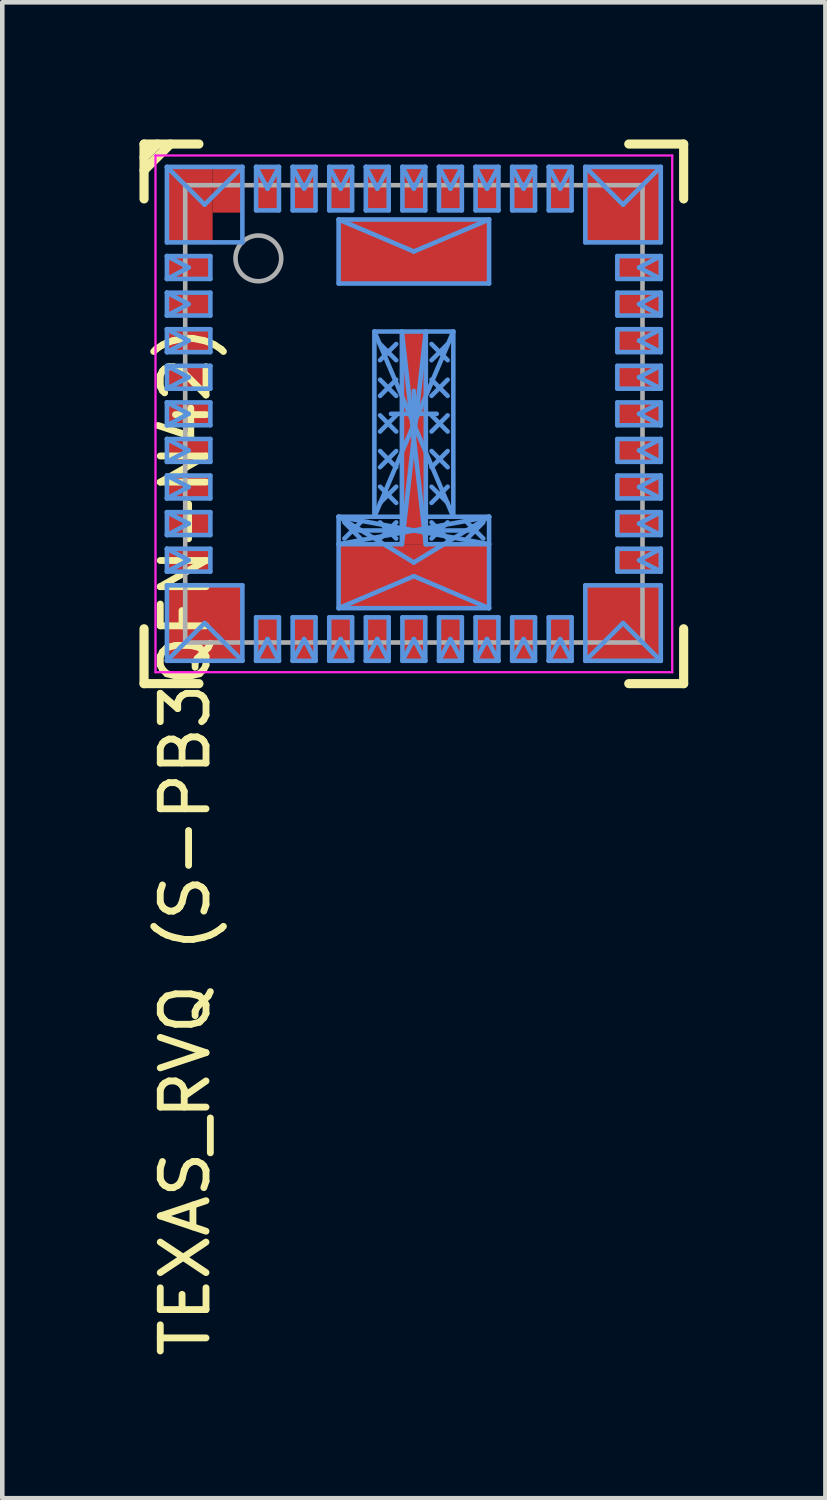
<source format=kicad_pcb>
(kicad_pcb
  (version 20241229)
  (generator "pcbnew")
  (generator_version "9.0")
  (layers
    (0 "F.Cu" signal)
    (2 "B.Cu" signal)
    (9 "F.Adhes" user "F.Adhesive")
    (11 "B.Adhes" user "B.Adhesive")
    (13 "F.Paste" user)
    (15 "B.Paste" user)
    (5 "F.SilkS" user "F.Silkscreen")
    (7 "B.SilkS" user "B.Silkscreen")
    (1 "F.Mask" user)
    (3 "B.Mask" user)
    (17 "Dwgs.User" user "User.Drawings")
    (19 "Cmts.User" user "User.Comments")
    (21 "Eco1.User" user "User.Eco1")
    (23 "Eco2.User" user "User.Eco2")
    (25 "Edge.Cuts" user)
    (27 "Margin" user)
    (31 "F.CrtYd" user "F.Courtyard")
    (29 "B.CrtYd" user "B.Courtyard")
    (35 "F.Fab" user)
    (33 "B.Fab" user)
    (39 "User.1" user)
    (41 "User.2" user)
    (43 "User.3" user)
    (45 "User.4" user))
  (footprint "TEXAS_RVQ (S-PB3QFN-N42)"
    (layer "F.Cu")
    (at 6 6)
    (property "Reference" "TEXAS_RVQ (S-PB3QFN-N42)" (at -5 9.35 270) (layer "F.SilkS") (effects (font (size 1 1) (thickness 0.15))))
    (attr smd)
    (fp_line (start -5.9 -5.9) (end -4.7 -5.9) (stroke (width 0.2) (type solid)) (layer "F.SilkS"))
    (fp_line (start -5.9 -5.607) (end -5.607 -5.9) (stroke (width 0.2) (type solid)) (layer "F.SilkS"))
    (fp_line (start -5.9 -5.324) (end -5.324 -5.9) (stroke (width 0.2) (type solid)) (layer "F.SilkS"))
    (fp_line (start -5.9 -4.7) (end -5.9 -5.9) (stroke (width 0.2) (type solid)) (layer "F.SilkS"))
    (fp_line (start -5.9 5.9) (end -5.9 4.7) (stroke (width 0.2) (type solid)) (layer "F.SilkS"))
    (fp_line (start -5.9 5.9) (end -4.7 5.9) (stroke (width 0.2) (type solid)) (layer "F.SilkS"))
    (fp_line (start 4.7 -5.9) (end 5.9 -5.9) (stroke (width 0.2) (type solid)) (layer "F.SilkS"))
    (fp_line (start 4.7 5.9) (end 5.9 5.9) (stroke (width 0.2) (type solid)) (layer "F.SilkS"))
    (fp_line (start 5.9 -4.7) (end 5.9 -5.9) (stroke (width 0.2) (type solid)) (layer "F.SilkS"))
    (fp_line (start 5.9 5.9) (end 5.9 4.7) (stroke (width 0.2) (type solid)) (layer "F.SilkS"))
    (fp_line (start -5.4 -5.4) (end -4.575 -4.575) (stroke (width 0.1) (type solid)) (layer "Cmts.User"))
    (fp_line (start -5.4 -5.4) (end -3.75 -5.4) (stroke (width 0.1) (type solid)) (layer "Cmts.User"))
    (fp_line (start -5.4 -3.75) (end -5.4 -5.4) (stroke (width 0.1) (type solid)) (layer "Cmts.User"))
    (fp_line (start -5.4 -3.75) (end -3.75 -3.75) (stroke (width 0.1) (type solid)) (layer "Cmts.User"))
    (fp_line (start -5.4 -3.45) (end -4.925 -3.2) (stroke (width 0.1) (type solid)) (layer "Cmts.User"))
    (fp_line (start -5.4 -3.45) (end -4.45 -3.45) (stroke (width 0.1) (type solid)) (layer "Cmts.User"))
    (fp_line (start -5.4 -2.95) (end -5.4 -3.45) (stroke (width 0.1) (type solid)) (layer "Cmts.User"))
    (fp_line (start -5.4 -2.95) (end -4.925 -3.2) (stroke (width 0.1) (type solid)) (layer "Cmts.User"))
    (fp_line (start -5.4 -2.95) (end -4.45 -2.95) (stroke (width 0.1) (type solid)) (layer "Cmts.User"))
    (fp_line (start -5.4 -2.65) (end -4.925 -2.4) (stroke (width 0.1) (type solid)) (layer "Cmts.User"))
    (fp_line (start -5.4 -2.65) (end -4.45 -2.65) (stroke (width 0.1) (type solid)) (layer "Cmts.User"))
    (fp_line (start -5.4 -2.15) (end -5.4 -2.65) (stroke (width 0.1) (type solid)) (layer "Cmts.User"))
    (fp_line (start -5.4 -2.15) (end -4.925 -2.4) (stroke (width 0.1) (type solid)) (layer "Cmts.User"))
    (fp_line (start -5.4 -2.15) (end -4.45 -2.15) (stroke (width 0.1) (type solid)) (layer "Cmts.User"))
    (fp_line (start -5.4 -1.85) (end -4.925 -1.6) (stroke (width 0.1) (type solid)) (layer "Cmts.User"))
    (fp_line (start -5.4 -1.85) (end -4.45 -1.85) (stroke (width 0.1) (type solid)) (layer "Cmts.User"))
    (fp_line (start -5.4 -1.35) (end -5.4 -1.85) (stroke (width 0.1) (type solid)) (layer "Cmts.User"))
    (fp_line (start -5.4 -1.35) (end -4.925 -1.6) (stroke (width 0.1) (type solid)) (layer "Cmts.User"))
    (fp_line (start -5.4 -1.35) (end -4.45 -1.35) (stroke (width 0.1) (type solid)) (layer "Cmts.User"))
    (fp_line (start -5.4 -1.05) (end -4.925 -0.8) (stroke (width 0.1) (type solid)) (layer "Cmts.User"))
    (fp_line (start -5.4 -1.05) (end -4.45 -1.05) (stroke (width 0.1) (type solid)) (layer "Cmts.User"))
    (fp_line (start -5.4 -0.55) (end -5.4 -1.05) (stroke (width 0.1) (type solid)) (layer "Cmts.User"))
    (fp_line (start -5.4 -0.55) (end -4.925 -0.8) (stroke (width 0.1) (type solid)) (layer "Cmts.User"))
    (fp_line (start -5.4 -0.55) (end -4.45 -0.55) (stroke (width 0.1) (type solid)) (layer "Cmts.User"))
    (fp_line (start -5.4 -0.25) (end -4.925 0) (stroke (width 0.1) (type solid)) (layer "Cmts.User"))
    (fp_line (start -5.4 -0.25) (end -4.45 -0.25) (stroke (width 0.1) (type solid)) (layer "Cmts.User"))
    (fp_line (start -5.4 0.25) (end -5.4 -0.25) (stroke (width 0.1) (type solid)) (layer "Cmts.User"))
    (fp_line (start -5.4 0.25) (end -4.925 0) (stroke (width 0.1) (type solid)) (layer "Cmts.User"))
    (fp_line (start -5.4 0.25) (end -4.45 0.25) (stroke (width 0.1) (type solid)) (layer "Cmts.User"))
    (fp_line (start -5.4 0.55) (end -4.925 0.8) (stroke (width 0.1) (type solid)) (layer "Cmts.User"))
    (fp_line (start -5.4 0.55) (end -4.45 0.55) (stroke (width 0.1) (type solid)) (layer "Cmts.User"))
    (fp_line (start -5.4 1.05) (end -5.4 0.55) (stroke (width 0.1) (type solid)) (layer "Cmts.User"))
    (fp_line (start -5.4 1.05) (end -4.925 0.8) (stroke (width 0.1) (type solid)) (layer "Cmts.User"))
    (fp_line (start -5.4 1.05) (end -4.45 1.05) (stroke (width 0.1) (type solid)) (layer "Cmts.User"))
    (fp_line (start -5.4 1.35) (end -4.925 1.6) (stroke (width 0.1) (type solid)) (layer "Cmts.User"))
    (fp_line (start -5.4 1.35) (end -4.45 1.35) (stroke (width 0.1) (type solid)) (layer "Cmts.User"))
    (fp_line (start -5.4 1.85) (end -5.4 1.35) (stroke (width 0.1) (type solid)) (layer "Cmts.User"))
    (fp_line (start -5.4 1.85) (end -4.925 1.6) (stroke (width 0.1) (type solid)) (layer "Cmts.User"))
    (fp_line (start -5.4 1.85) (end -4.45 1.85) (stroke (width 0.1) (type solid)) (layer "Cmts.User"))
    (fp_line (start -5.4 2.15) (end -4.925 2.4) (stroke (width 0.1) (type solid)) (layer "Cmts.User"))
    (fp_line (start -5.4 2.15) (end -4.45 2.15) (stroke (width 0.1) (type solid)) (layer "Cmts.User"))
    (fp_line (start -5.4 2.65) (end -5.4 2.15) (stroke (width 0.1) (type solid)) (layer "Cmts.User"))
    (fp_line (start -5.4 2.65) (end -4.925 2.4) (stroke (width 0.1) (type solid)) (layer "Cmts.User"))
    (fp_line (start -5.4 2.65) (end -4.45 2.65) (stroke (width 0.1) (type solid)) (layer "Cmts.User"))
    (fp_line (start -5.4 2.95) (end -4.925 3.2) (stroke (width 0.1) (type solid)) (layer "Cmts.User"))
    (fp_line (start -5.4 2.95) (end -4.45 2.95) (stroke (width 0.1) (type solid)) (layer "Cmts.User"))
    (fp_line (start -5.4 3.45) (end -5.4 2.95) (stroke (width 0.1) (type solid)) (layer "Cmts.User"))
    (fp_line (start -5.4 3.45) (end -4.925 3.2) (stroke (width 0.1) (type solid)) (layer "Cmts.User"))
    (fp_line (start -5.4 3.45) (end -4.45 3.45) (stroke (width 0.1) (type solid)) (layer "Cmts.User"))
    (fp_line (start -5.4 3.75) (end -3.75 3.75) (stroke (width 0.1) (type solid)) (layer "Cmts.User"))
    (fp_line (start -5.4 5.4) (end -5.4 3.75) (stroke (width 0.1) (type solid)) (layer "Cmts.User"))
    (fp_line (start -5.4 5.4) (end -4.575 4.575) (stroke (width 0.1) (type solid)) (layer "Cmts.User"))
    (fp_line (start -5.4 5.4) (end -3.75 5.4) (stroke (width 0.1) (type solid)) (layer "Cmts.User"))
    (fp_line (start -4.575 -4.575) (end -3.75 -5.4) (stroke (width 0.1) (type solid)) (layer "Cmts.User"))
    (fp_line (start -4.575 4.575) (end -3.75 5.4) (stroke (width 0.1) (type solid)) (layer "Cmts.User"))
    (fp_line (start -4.45 -2.95) (end -4.45 -3.45) (stroke (width 0.1) (type solid)) (layer "Cmts.User"))
    (fp_line (start -4.45 -2.15) (end -4.45 -2.65) (stroke (width 0.1) (type solid)) (layer "Cmts.User"))
    (fp_line (start -4.45 -1.35) (end -4.45 -1.85) (stroke (width 0.1) (type solid)) (layer "Cmts.User"))
    (fp_line (start -4.45 -0.55) (end -4.45 -1.05) (stroke (width 0.1) (type solid)) (layer "Cmts.User"))
    (fp_line (start -4.45 0.25) (end -4.45 -0.25) (stroke (width 0.1) (type solid)) (layer "Cmts.User"))
    (fp_line (start -4.45 1.05) (end -4.45 0.55) (stroke (width 0.1) (type solid)) (layer "Cmts.User"))
    (fp_line (start -4.45 1.85) (end -4.45 1.35) (stroke (width 0.1) (type solid)) (layer "Cmts.User"))
    (fp_line (start -4.45 2.65) (end -4.45 2.15) (stroke (width 0.1) (type solid)) (layer "Cmts.User"))
    (fp_line (start -4.45 3.45) (end -4.45 2.95) (stroke (width 0.1) (type solid)) (layer "Cmts.User"))
    (fp_line (start -3.75 -3.75) (end -3.75 -5.4) (stroke (width 0.1) (type solid)) (layer "Cmts.User"))
    (fp_line (start -3.75 5.4) (end -3.75 3.75) (stroke (width 0.1) (type solid)) (layer "Cmts.User"))
    (fp_line (start -3.45 -5.4) (end -3.2 -4.925) (stroke (width 0.1) (type solid)) (layer "Cmts.User"))
    (fp_line (start -3.45 -5.4) (end -2.95 -5.4) (stroke (width 0.1) (type solid)) (layer "Cmts.User"))
    (fp_line (start -3.45 -4.45) (end -3.45 -5.4) (stroke (width 0.1) (type solid)) (layer "Cmts.User"))
    (fp_line (start -3.45 -4.45) (end -2.95 -4.45) (stroke (width 0.1) (type solid)) (layer "Cmts.User"))
    (fp_line (start -3.45 4.45) (end -2.95 4.45) (stroke (width 0.1) (type solid)) (layer "Cmts.User"))
    (fp_line (start -3.45 5.4) (end -3.45 4.45) (stroke (width 0.1) (type solid)) (layer "Cmts.User"))
    (fp_line (start -3.45 5.4) (end -3.2 4.925) (stroke (width 0.1) (type solid)) (layer "Cmts.User"))
    (fp_line (start -3.45 5.4) (end -2.95 5.4) (stroke (width 0.1) (type solid)) (layer "Cmts.User"))
    (fp_line (start -3.2 -4.925) (end -2.95 -5.4) (stroke (width 0.1) (type solid)) (layer "Cmts.User"))
    (fp_line (start -3.2 4.925) (end -2.95 5.4) (stroke (width 0.1) (type solid)) (layer "Cmts.User"))
    (fp_line (start -2.95 -4.45) (end -2.95 -5.4) (stroke (width 0.1) (type solid)) (layer "Cmts.User"))
    (fp_line (start -2.95 5.4) (end -2.95 4.45) (stroke (width 0.1) (type solid)) (layer "Cmts.User"))
    (fp_line (start -2.65 -5.4) (end -2.4 -4.925) (stroke (width 0.1) (type solid)) (layer "Cmts.User"))
    (fp_line (start -2.65 -5.4) (end -2.15 -5.4) (stroke (width 0.1) (type solid)) (layer "Cmts.User"))
    (fp_line (start -2.65 -4.45) (end -2.65 -5.4) (stroke (width 0.1) (type solid)) (layer "Cmts.User"))
    (fp_line (start -2.65 -4.45) (end -2.15 -4.45) (stroke (width 0.1) (type solid)) (layer "Cmts.User"))
    (fp_line (start -2.65 4.45) (end -2.15 4.45) (stroke (width 0.1) (type solid)) (layer "Cmts.User"))
    (fp_line (start -2.65 5.4) (end -2.65 4.45) (stroke (width 0.1) (type solid)) (layer "Cmts.User"))
    (fp_line (start -2.65 5.4) (end -2.4 4.925) (stroke (width 0.1) (type solid)) (layer "Cmts.User"))
    (fp_line (start -2.65 5.4) (end -2.15 5.4) (stroke (width 0.1) (type solid)) (layer "Cmts.User"))
    (fp_line (start -2.4 -4.925) (end -2.15 -5.4) (stroke (width 0.1) (type solid)) (layer "Cmts.User"))
    (fp_line (start -2.4 4.925) (end -2.15 5.4) (stroke (width 0.1) (type solid)) (layer "Cmts.User"))
    (fp_line (start -2.15 -4.45) (end -2.15 -5.4) (stroke (width 0.1) (type solid)) (layer "Cmts.User"))
    (fp_line (start -2.15 5.4) (end -2.15 4.45) (stroke (width 0.1) (type solid)) (layer "Cmts.User"))
    (fp_line (start -1.85 -5.4) (end -1.6 -4.925) (stroke (width 0.1) (type solid)) (layer "Cmts.User"))
    (fp_line (start -1.85 -5.4) (end -1.35 -5.4) (stroke (width 0.1) (type solid)) (layer "Cmts.User"))
    (fp_line (start -1.85 -4.45) (end -1.85 -5.4) (stroke (width 0.1) (type solid)) (layer "Cmts.User"))
    (fp_line (start -1.85 -4.45) (end -1.35 -4.45) (stroke (width 0.1) (type solid)) (layer "Cmts.User"))
    (fp_line (start -1.85 4.45) (end -1.35 4.45) (stroke (width 0.1) (type solid)) (layer "Cmts.User"))
    (fp_line (start -1.85 5.4) (end -1.85 4.45) (stroke (width 0.1) (type solid)) (layer "Cmts.User"))
    (fp_line (start -1.85 5.4) (end -1.6 4.925) (stroke (width 0.1) (type solid)) (layer "Cmts.User"))
    (fp_line (start -1.85 5.4) (end -1.35 5.4) (stroke (width 0.1) (type solid)) (layer "Cmts.User"))
    (fp_line (start -1.645 -4.25) (end 0 -3.55) (stroke (width 0.1) (type solid)) (layer "Cmts.User"))
    (fp_line (start -1.645 -4.25) (end 1.645 -4.25) (stroke (width 0.1) (type solid)) (layer "Cmts.User"))
    (fp_line (start -1.645 -2.85) (end -1.645 -4.25) (stroke (width 0.1) (type solid)) (layer "Cmts.User"))
    (fp_line (start -1.645 -2.85) (end 1.645 -2.85) (stroke (width 0.1) (type solid)) (layer "Cmts.User"))
    (fp_line (start -1.645 2.25) (end -0.863 2.25) (stroke (width 0.1) (type solid)) (layer "Cmts.User"))
    (fp_line (start -1.645 2.25) (end 0 2.55) (stroke (width 0.1) (type solid)) (layer "Cmts.User"))
    (fp_line (start -1.645 2.25) (end 0 3.25) (stroke (width 0.1) (type solid)) (layer "Cmts.User"))
    (fp_line (start -1.645 2.85) (end -0.262 2.85) (stroke (width 0.1) (type solid)) (layer "Cmts.User"))
    (fp_line (start -1.645 2.85) (end 0 2.55) (stroke (width 0.1) (type solid)) (layer "Cmts.User"))
    (fp_line (start -1.645 4.25) (end -1.645 2.25) (stroke (width 0.1) (type solid)) (layer "Cmts.User"))
    (fp_line (start -1.645 4.25) (end 0 3.55) (stroke (width 0.1) (type solid)) (layer "Cmts.User"))
    (fp_line (start -1.645 4.25) (end 1.645 4.25) (stroke (width 0.1) (type solid)) (layer "Cmts.User"))
    (fp_line (start -1.6 -4.925) (end -1.35 -5.4) (stroke (width 0.1) (type solid)) (layer "Cmts.User"))
    (fp_line (start -1.6 4.925) (end -1.35 5.4) (stroke (width 0.1) (type solid)) (layer "Cmts.User"))
    (fp_line (start -1.519 2.373) (end -1.342 2.55) (stroke (width 0.1) (type solid)) (layer "Cmts.User"))
    (fp_line (start -1.519 2.727) (end -1.342 2.55) (stroke (width 0.1) (type solid)) (layer "Cmts.User"))
    (fp_line (start -1.35 -4.45) (end -1.35 -5.4) (stroke (width 0.1) (type solid)) (layer "Cmts.User"))
    (fp_line (start -1.35 5.4) (end -1.35 4.45) (stroke (width 0.1) (type solid)) (layer "Cmts.User"))
    (fp_line (start -1.342 2.55) (end -1.166 2.373) (stroke (width 0.1) (type solid)) (layer "Cmts.User"))
    (fp_line (start -1.342 2.55) (end -1.166 2.727) (stroke (width 0.1) (type solid)) (layer "Cmts.User"))
    (fp_line (start -1.342 2.55) (end 1.342 2.55) (stroke (width 0.1) (type solid)) (layer "Cmts.User"))
    (fp_line (start -1.05 -5.4) (end -0.8 -4.925) (stroke (width 0.1) (type solid)) (layer "Cmts.User"))
    (fp_line (start -1.05 -5.4) (end -0.55 -5.4) (stroke (width 0.1) (type solid)) (layer "Cmts.User"))
    (fp_line (start -1.05 -4.45) (end -1.05 -5.4) (stroke (width 0.1) (type solid)) (layer "Cmts.User"))
    (fp_line (start -1.05 -4.45) (end -0.55 -4.45) (stroke (width 0.1) (type solid)) (layer "Cmts.User"))
    (fp_line (start -1.05 4.45) (end -0.55 4.45) (stroke (width 0.1) (type solid)) (layer "Cmts.User"))
    (fp_line (start -1.05 5.4) (end -1.05 4.45) (stroke (width 0.1) (type solid)) (layer "Cmts.User"))
    (fp_line (start -1.05 5.4) (end -0.8 4.925) (stroke (width 0.1) (type solid)) (layer "Cmts.User"))
    (fp_line (start -1.05 5.4) (end -0.55 5.4) (stroke (width 0.1) (type solid)) (layer "Cmts.User"))
    (fp_line (start -0.863 -1.8) (end 0 0.225) (stroke (width 0.1) (type solid)) (layer "Cmts.User"))
    (fp_line (start -0.863 -1.8) (end 0.863 -1.8) (stroke (width 0.1) (type solid)) (layer "Cmts.User"))
    (fp_line (start -0.863 2.25) (end -0.863 -1.8) (stroke (width 0.1) (type solid)) (layer "Cmts.User"))
    (fp_line (start -0.863 2.25) (end -0.262 2.25) (stroke (width 0.1) (type solid)) (layer "Cmts.User"))
    (fp_line (start -0.863 2.25) (end 0 0.225) (stroke (width 0.1) (type solid)) (layer "Cmts.User"))
    (fp_line (start -0.8 -4.925) (end -0.55 -5.4) (stroke (width 0.1) (type solid)) (layer "Cmts.User"))
    (fp_line (start -0.8 4.925) (end -0.55 5.4) (stroke (width 0.1) (type solid)) (layer "Cmts.User"))
    (fp_line (start -0.739 -1.527) (end -0.563 -1.35) (stroke (width 0.1) (type solid)) (layer "Cmts.User"))
    (fp_line (start -0.739 -1.173) (end -0.563 -1.35) (stroke (width 0.1) (type solid)) (layer "Cmts.User"))
    (fp_line (start -0.739 -0.747) (end -0.563 -0.57) (stroke (width 0.1) (type solid)) (layer "Cmts.User"))
    (fp_line (start -0.739 -0.393) (end -0.563 -0.57) (stroke (width 0.1) (type solid)) (layer "Cmts.User"))
    (fp_line (start -0.739 0.033) (end -0.563 0.21) (stroke (width 0.1) (type solid)) (layer "Cmts.User"))
    (fp_line (start -0.739 0.387) (end -0.563 0.21) (stroke (width 0.1) (type solid)) (layer "Cmts.User"))
    (fp_line (start -0.739 0.813) (end -0.563 0.99) (stroke (width 0.1) (type solid)) (layer "Cmts.User"))
    (fp_line (start -0.739 1.167) (end -0.563 0.99) (stroke (width 0.1) (type solid)) (layer "Cmts.User"))
    (fp_line (start -0.739 1.593) (end -0.563 1.77) (stroke (width 0.1) (type solid)) (layer "Cmts.User"))
    (fp_line (start -0.739 1.947) (end -0.563 1.77) (stroke (width 0.1) (type solid)) (layer "Cmts.User"))
    (fp_line (start -0.739 2.373) (end -0.563 2.55) (stroke (width 0.1) (type solid)) (layer "Cmts.User"))
    (fp_line (start -0.739 2.727) (end -0.563 2.55) (stroke (width 0.1) (type solid)) (layer "Cmts.User"))
    (fp_line (start -0.563 -1.35) (end -0.386 -1.527) (stroke (width 0.1) (type solid)) (layer "Cmts.User"))
    (fp_line (start -0.563 -1.35) (end -0.386 -1.173) (stroke (width 0.1) (type solid)) (layer "Cmts.User"))
    (fp_line (start -0.563 -0.57) (end -0.386 -0.747) (stroke (width 0.1) (type solid)) (layer "Cmts.User"))
    (fp_line (start -0.563 -0.57) (end -0.386 -0.393) (stroke (width 0.1) (type solid)) (layer "Cmts.User"))
    (fp_line (start -0.563 0.21) (end -0.386 0.033) (stroke (width 0.1) (type solid)) (layer "Cmts.User"))
    (fp_line (start -0.563 0.21) (end -0.386 0.387) (stroke (width 0.1) (type solid)) (layer "Cmts.User"))
    (fp_line (start -0.563 0.99) (end -0.386 0.813) (stroke (width 0.1) (type solid)) (layer "Cmts.User"))
    (fp_line (start -0.563 0.99) (end -0.386 1.167) (stroke (width 0.1) (type solid)) (layer "Cmts.User"))
    (fp_line (start -0.563 1.77) (end -0.386 1.593) (stroke (width 0.1) (type solid)) (layer "Cmts.User"))
    (fp_line (start -0.563 1.77) (end -0.386 1.947) (stroke (width 0.1) (type solid)) (layer "Cmts.User"))
    (fp_line (start -0.563 2.55) (end -0.386 2.373) (stroke (width 0.1) (type solid)) (layer "Cmts.User"))
    (fp_line (start -0.563 2.55) (end -0.386 2.727) (stroke (width 0.1) (type solid)) (layer "Cmts.User"))
    (fp_line (start -0.55 -4.45) (end -0.55 -5.4) (stroke (width 0.1) (type solid)) (layer "Cmts.User"))
    (fp_line (start -0.55 5.4) (end -0.55 4.45) (stroke (width 0.1) (type solid)) (layer "Cmts.User"))
    (fp_line (start -0.5 0) (end 0 0) (stroke (width 0.1) (type solid)) (layer "Cmts.User"))
    (fp_line (start -0.262 -1.8) (end 0 0.525) (stroke (width 0.1) (type solid)) (layer "Cmts.User"))
    (fp_line (start -0.262 2.85) (end -0.262 -1.8) (stroke (width 0.1) (type solid)) (layer "Cmts.User"))
    (fp_line (start -0.262 2.85) (end 0 0.525) (stroke (width 0.1) (type solid)) (layer "Cmts.User"))
    (fp_line (start -0.25 -5.4) (end 0 -4.925) (stroke (width 0.1) (type solid)) (layer "Cmts.User"))
    (fp_line (start -0.25 -5.4) (end 0.25 -5.4) (stroke (width 0.1) (type solid)) (layer "Cmts.User"))
    (fp_line (start -0.25 -4.45) (end -0.25 -5.4) (stroke (width 0.1) (type solid)) (layer "Cmts.User"))
    (fp_line (start -0.25 -4.45) (end 0.25 -4.45) (stroke (width 0.1) (type solid)) (layer "Cmts.User"))
    (fp_line (start -0.25 4.45) (end 0.25 4.45) (stroke (width 0.1) (type solid)) (layer "Cmts.User"))
    (fp_line (start -0.25 5.4) (end -0.25 4.45) (stroke (width 0.1) (type solid)) (layer "Cmts.User"))
    (fp_line (start -0.25 5.4) (end 0 4.925) (stroke (width 0.1) (type solid)) (layer "Cmts.User"))
    (fp_line (start -0.25 5.4) (end 0.25 5.4) (stroke (width 0.1) (type solid)) (layer "Cmts.User"))
    (fp_line (start 0 -4.925) (end 0.25 -5.4) (stroke (width 0.1) (type solid)) (layer "Cmts.User"))
    (fp_line (start 0 -3.55) (end 1.645 -4.25) (stroke (width 0.1) (type solid)) (layer "Cmts.User"))
    (fp_line (start 0 0) (end 0 -0.5) (stroke (width 0.1) (type solid)) (layer "Cmts.User"))
    (fp_line (start 0 0) (end 0.5 0) (stroke (width 0.1) (type solid)) (layer "Cmts.User"))
    (fp_line (start 0 0.225) (end 0.863 -1.8) (stroke (width 0.1) (type solid)) (layer "Cmts.User"))
    (fp_line (start 0 0.225) (end 0.863 2.25) (stroke (width 0.1) (type solid)) (layer "Cmts.User"))
    (fp_line (start 0 0.525) (end 0.262 -1.8) (stroke (width 0.1) (type solid)) (layer "Cmts.User"))
    (fp_line (start 0 0.525) (end 0.262 2.85) (stroke (width 0.1) (type solid)) (layer "Cmts.User"))
    (fp_line (start 0 2.55) (end 1.645 2.25) (stroke (width 0.1) (type solid)) (layer "Cmts.User"))
    (fp_line (start 0 2.55) (end 1.645 2.85) (stroke (width 0.1) (type solid)) (layer "Cmts.User"))
    (fp_line (start 0 3.25) (end 1.645 2.25) (stroke (width 0.1) (type solid)) (layer "Cmts.User"))
    (fp_line (start 0 3.55) (end 1.645 4.25) (stroke (width 0.1) (type solid)) (layer "Cmts.User"))
    (fp_line (start 0 4.925) (end 0.25 5.4) (stroke (width 0.1) (type solid)) (layer "Cmts.User"))
    (fp_line (start 0.25 -4.45) (end 0.25 -5.4) (stroke (width 0.1) (type solid)) (layer "Cmts.User"))
    (fp_line (start 0.25 5.4) (end 0.25 4.45) (stroke (width 0.1) (type solid)) (layer "Cmts.User"))
    (fp_line (start 0.262 2.25) (end 0.863 2.25) (stroke (width 0.1) (type solid)) (layer "Cmts.User"))
    (fp_line (start 0.262 2.85) (end 0.262 -1.8) (stroke (width 0.1) (type solid)) (layer "Cmts.User"))
    (fp_line (start 0.262 2.85) (end 1.645 2.85) (stroke (width 0.1) (type solid)) (layer "Cmts.User"))
    (fp_line (start 0.386 -1.527) (end 0.563 -1.35) (stroke (width 0.1) (type solid)) (layer "Cmts.User"))
    (fp_line (start 0.386 -1.173) (end 0.563 -1.35) (stroke (width 0.1) (type solid)) (layer "Cmts.User"))
    (fp_line (start 0.386 -0.747) (end 0.563 -0.57) (stroke (width 0.1) (type solid)) (layer "Cmts.User"))
    (fp_line (start 0.386 -0.393) (end 0.563 -0.57) (stroke (width 0.1) (type solid)) (layer "Cmts.User"))
    (fp_line (start 0.386 0.033) (end 0.563 0.21) (stroke (width 0.1) (type solid)) (layer "Cmts.User"))
    (fp_line (start 0.386 0.387) (end 0.563 0.21) (stroke (width 0.1) (type solid)) (layer "Cmts.User"))
    (fp_line (start 0.386 0.813) (end 0.563 0.99) (stroke (width 0.1) (type solid)) (layer "Cmts.User"))
    (fp_line (start 0.386 1.167) (end 0.563 0.99) (stroke (width 0.1) (type solid)) (layer "Cmts.User"))
    (fp_line (start 0.386 1.593) (end 0.563 1.77) (stroke (width 0.1) (type solid)) (layer "Cmts.User"))
    (fp_line (start 0.386 1.947) (end 0.563 1.77) (stroke (width 0.1) (type solid)) (layer "Cmts.User"))
    (fp_line (start 0.386 2.373) (end 0.563 2.55) (stroke (width 0.1) (type solid)) (layer "Cmts.User"))
    (fp_line (start 0.386 2.727) (end 0.563 2.55) (stroke (width 0.1) (type solid)) (layer "Cmts.User"))
    (fp_line (start 0.55 -5.4) (end 0.8 -4.925) (stroke (width 0.1) (type solid)) (layer "Cmts.User"))
    (fp_line (start 0.55 -5.4) (end 1.05 -5.4) (stroke (width 0.1) (type solid)) (layer "Cmts.User"))
    (fp_line (start 0.55 -4.45) (end 0.55 -5.4) (stroke (width 0.1) (type solid)) (layer "Cmts.User"))
    (fp_line (start 0.55 -4.45) (end 1.05 -4.45) (stroke (width 0.1) (type solid)) (layer "Cmts.User"))
    (fp_line (start 0.55 4.45) (end 1.05 4.45) (stroke (width 0.1) (type solid)) (layer "Cmts.User"))
    (fp_line (start 0.55 5.4) (end 0.55 4.45) (stroke (width 0.1) (type solid)) (layer "Cmts.User"))
    (fp_line (start 0.55 5.4) (end 0.8 4.925) (stroke (width 0.1) (type solid)) (layer "Cmts.User"))
    (fp_line (start 0.55 5.4) (end 1.05 5.4) (stroke (width 0.1) (type solid)) (layer "Cmts.User"))
    (fp_line (start 0.563 -1.35) (end 0.739 -1.527) (stroke (width 0.1) (type solid)) (layer "Cmts.User"))
    (fp_line (start 0.563 -1.35) (end 0.739 -1.173) (stroke (width 0.1) (type solid)) (layer "Cmts.User"))
    (fp_line (start 0.563 -0.57) (end 0.739 -0.747) (stroke (width 0.1) (type solid)) (layer "Cmts.User"))
    (fp_line (start 0.563 -0.57) (end 0.739 -0.393) (stroke (width 0.1) (type solid)) (layer "Cmts.User"))
    (fp_line (start 0.563 0.21) (end 0.739 0.033) (stroke (width 0.1) (type solid)) (layer "Cmts.User"))
    (fp_line (start 0.563 0.21) (end 0.739 0.387) (stroke (width 0.1) (type solid)) (layer "Cmts.User"))
    (fp_line (start 0.563 0.99) (end 0.739 0.813) (stroke (width 0.1) (type solid)) (layer "Cmts.User"))
    (fp_line (start 0.563 0.99) (end 0.739 1.167) (stroke (width 0.1) (type solid)) (layer "Cmts.User"))
    (fp_line (start 0.563 1.77) (end 0.739 1.593) (stroke (width 0.1) (type solid)) (layer "Cmts.User"))
    (fp_line (start 0.563 1.77) (end 0.739 1.947) (stroke (width 0.1) (type solid)) (layer "Cmts.User"))
    (fp_line (start 0.563 2.55) (end 0.739 2.373) (stroke (width 0.1) (type solid)) (layer "Cmts.User"))
    (fp_line (start 0.563 2.55) (end 0.739 2.727) (stroke (width 0.1) (type solid)) (layer "Cmts.User"))
    (fp_line (start 0.8 -4.925) (end 1.05 -5.4) (stroke (width 0.1) (type solid)) (layer "Cmts.User"))
    (fp_line (start 0.8 4.925) (end 1.05 5.4) (stroke (width 0.1) (type solid)) (layer "Cmts.User"))
    (fp_line (start 0.863 2.25) (end 0.863 -1.8) (stroke (width 0.1) (type solid)) (layer "Cmts.User"))
    (fp_line (start 0.863 2.25) (end 1.645 2.25) (stroke (width 0.1) (type solid)) (layer "Cmts.User"))
    (fp_line (start 1.05 -4.45) (end 1.05 -5.4) (stroke (width 0.1) (type solid)) (layer "Cmts.User"))
    (fp_line (start 1.05 5.4) (end 1.05 4.45) (stroke (width 0.1) (type solid)) (layer "Cmts.User"))
    (fp_line (start 1.166 2.373) (end 1.342 2.55) (stroke (width 0.1) (type solid)) (layer "Cmts.User"))
    (fp_line (start 1.166 2.727) (end 1.342 2.55) (stroke (width 0.1) (type solid)) (layer "Cmts.User"))
    (fp_line (start 1.342 2.55) (end 1.519 2.373) (stroke (width 0.1) (type solid)) (layer "Cmts.User"))
    (fp_line (start 1.342 2.55) (end 1.519 2.727) (stroke (width 0.1) (type solid)) (layer "Cmts.User"))
    (fp_line (start 1.35 -5.4) (end 1.6 -4.925) (stroke (width 0.1) (type solid)) (layer "Cmts.User"))
    (fp_line (start 1.35 -5.4) (end 1.85 -5.4) (stroke (width 0.1) (type solid)) (layer "Cmts.User"))
    (fp_line (start 1.35 -4.45) (end 1.35 -5.4) (stroke (width 0.1) (type solid)) (layer "Cmts.User"))
    (fp_line (start 1.35 -4.45) (end 1.85 -4.45) (stroke (width 0.1) (type solid)) (layer "Cmts.User"))
    (fp_line (start 1.35 4.45) (end 1.85 4.45) (stroke (width 0.1) (type solid)) (layer "Cmts.User"))
    (fp_line (start 1.35 5.4) (end 1.35 4.45) (stroke (width 0.1) (type solid)) (layer "Cmts.User"))
    (fp_line (start 1.35 5.4) (end 1.6 4.925) (stroke (width 0.1) (type solid)) (layer "Cmts.User"))
    (fp_line (start 1.35 5.4) (end 1.85 5.4) (stroke (width 0.1) (type solid)) (layer "Cmts.User"))
    (fp_line (start 1.6 -4.925) (end 1.85 -5.4) (stroke (width 0.1) (type solid)) (layer "Cmts.User"))
    (fp_line (start 1.6 4.925) (end 1.85 5.4) (stroke (width 0.1) (type solid)) (layer "Cmts.User"))
    (fp_line (start 1.645 -2.85) (end 1.645 -4.25) (stroke (width 0.1) (type solid)) (layer "Cmts.User"))
    (fp_line (start 1.645 4.25) (end 1.645 2.25) (stroke (width 0.1) (type solid)) (layer "Cmts.User"))
    (fp_line (start 1.85 -4.45) (end 1.85 -5.4) (stroke (width 0.1) (type solid)) (layer "Cmts.User"))
    (fp_line (start 1.85 5.4) (end 1.85 4.45) (stroke (width 0.1) (type solid)) (layer "Cmts.User"))
    (fp_line (start 2.15 -5.4) (end 2.4 -4.925) (stroke (width 0.1) (type solid)) (layer "Cmts.User"))
    (fp_line (start 2.15 -5.4) (end 2.65 -5.4) (stroke (width 0.1) (type solid)) (layer "Cmts.User"))
    (fp_line (start 2.15 -4.45) (end 2.15 -5.4) (stroke (width 0.1) (type solid)) (layer "Cmts.User"))
    (fp_line (start 2.15 -4.45) (end 2.65 -4.45) (stroke (width 0.1) (type solid)) (layer "Cmts.User"))
    (fp_line (start 2.15 4.45) (end 2.65 4.45) (stroke (width 0.1) (type solid)) (layer "Cmts.User"))
    (fp_line (start 2.15 5.4) (end 2.15 4.45) (stroke (width 0.1) (type solid)) (layer "Cmts.User"))
    (fp_line (start 2.15 5.4) (end 2.4 4.925) (stroke (width 0.1) (type solid)) (layer "Cmts.User"))
    (fp_line (start 2.15 5.4) (end 2.65 5.4) (stroke (width 0.1) (type solid)) (layer "Cmts.User"))
    (fp_line (start 2.4 -4.925) (end 2.65 -5.4) (stroke (width 0.1) (type solid)) (layer "Cmts.User"))
    (fp_line (start 2.4 4.925) (end 2.65 5.4) (stroke (width 0.1) (type solid)) (layer "Cmts.User"))
    (fp_line (start 2.65 -4.45) (end 2.65 -5.4) (stroke (width 0.1) (type solid)) (layer "Cmts.User"))
    (fp_line (start 2.65 5.4) (end 2.65 4.45) (stroke (width 0.1) (type solid)) (layer "Cmts.User"))
    (fp_line (start 2.95 -5.4) (end 3.2 -4.925) (stroke (width 0.1) (type solid)) (layer "Cmts.User"))
    (fp_line (start 2.95 -5.4) (end 3.45 -5.4) (stroke (width 0.1) (type solid)) (layer "Cmts.User"))
    (fp_line (start 2.95 -4.45) (end 2.95 -5.4) (stroke (width 0.1) (type solid)) (layer "Cmts.User"))
    (fp_line (start 2.95 -4.45) (end 3.45 -4.45) (stroke (width 0.1) (type solid)) (layer "Cmts.User"))
    (fp_line (start 2.95 4.45) (end 3.45 4.45) (stroke (width 0.1) (type solid)) (layer "Cmts.User"))
    (fp_line (start 2.95 5.4) (end 2.95 4.45) (stroke (width 0.1) (type solid)) (layer "Cmts.User"))
    (fp_line (start 2.95 5.4) (end 3.2 4.925) (stroke (width 0.1) (type solid)) (layer "Cmts.User"))
    (fp_line (start 2.95 5.4) (end 3.45 5.4) (stroke (width 0.1) (type solid)) (layer "Cmts.User"))
    (fp_line (start 3.2 -4.925) (end 3.45 -5.4) (stroke (width 0.1) (type solid)) (layer "Cmts.User"))
    (fp_line (start 3.2 4.925) (end 3.45 5.4) (stroke (width 0.1) (type solid)) (layer "Cmts.User"))
    (fp_line (start 3.45 -4.45) (end 3.45 -5.4) (stroke (width 0.1) (type solid)) (layer "Cmts.User"))
    (fp_line (start 3.45 5.4) (end 3.45 4.45) (stroke (width 0.1) (type solid)) (layer "Cmts.User"))
    (fp_line (start 3.75 -5.4) (end 4.575 -4.575) (stroke (width 0.1) (type solid)) (layer "Cmts.User"))
    (fp_line (start 3.75 -5.4) (end 5.4 -5.4) (stroke (width 0.1) (type solid)) (layer "Cmts.User"))
    (fp_line (start 3.75 -3.75) (end 3.75 -5.4) (stroke (width 0.1) (type solid)) (layer "Cmts.User"))
    (fp_line (start 3.75 -3.75) (end 5.4 -3.75) (stroke (width 0.1) (type solid)) (layer "Cmts.User"))
    (fp_line (start 3.75 3.75) (end 5.4 3.75) (stroke (width 0.1) (type solid)) (layer "Cmts.User"))
    (fp_line (start 3.75 5.4) (end 3.75 3.75) (stroke (width 0.1) (type solid)) (layer "Cmts.User"))
    (fp_line (start 3.75 5.4) (end 4.575 4.575) (stroke (width 0.1) (type solid)) (layer "Cmts.User"))
    (fp_line (start 3.75 5.4) (end 5.4 5.4) (stroke (width 0.1) (type solid)) (layer "Cmts.User"))
    (fp_line (start 4.45 -3.45) (end 5.4 -3.45) (stroke (width 0.1) (type solid)) (layer "Cmts.User"))
    (fp_line (start 4.45 -2.95) (end 4.45 -3.45) (stroke (width 0.1) (type solid)) (layer "Cmts.User"))
    (fp_line (start 4.45 -2.95) (end 5.4 -2.95) (stroke (width 0.1) (type solid)) (layer "Cmts.User"))
    (fp_line (start 4.45 -2.65) (end 5.4 -2.65) (stroke (width 0.1) (type solid)) (layer "Cmts.User"))
    (fp_line (start 4.45 -2.15) (end 4.45 -2.65) (stroke (width 0.1) (type solid)) (layer "Cmts.User"))
    (fp_line (start 4.45 -2.15) (end 5.4 -2.15) (stroke (width 0.1) (type solid)) (layer "Cmts.User"))
    (fp_line (start 4.45 -1.85) (end 5.4 -1.85) (stroke (width 0.1) (type solid)) (layer "Cmts.User"))
    (fp_line (start 4.45 -1.35) (end 4.45 -1.85) (stroke (width 0.1) (type solid)) (layer "Cmts.User"))
    (fp_line (start 4.45 -1.35) (end 5.4 -1.35) (stroke (width 0.1) (type solid)) (layer "Cmts.User"))
    (fp_line (start 4.45 -1.05) (end 5.4 -1.05) (stroke (width 0.1) (type solid)) (layer "Cmts.User"))
    (fp_line (start 4.45 -0.55) (end 4.45 -1.05) (stroke (width 0.1) (type solid)) (layer "Cmts.User"))
    (fp_line (start 4.45 -0.55) (end 5.4 -0.55) (stroke (width 0.1) (type solid)) (layer "Cmts.User"))
    (fp_line (start 4.45 -0.25) (end 5.4 -0.25) (stroke (width 0.1) (type solid)) (layer "Cmts.User"))
    (fp_line (start 4.45 0.25) (end 4.45 -0.25) (stroke (width 0.1) (type solid)) (layer "Cmts.User"))
    (fp_line (start 4.45 0.25) (end 5.4 0.25) (stroke (width 0.1) (type solid)) (layer "Cmts.User"))
    (fp_line (start 4.45 0.55) (end 5.4 0.55) (stroke (width 0.1) (type solid)) (layer "Cmts.User"))
    (fp_line (start 4.45 1.05) (end 4.45 0.55) (stroke (width 0.1) (type solid)) (layer "Cmts.User"))
    (fp_line (start 4.45 1.05) (end 5.4 1.05) (stroke (width 0.1) (type solid)) (layer "Cmts.User"))
    (fp_line (start 4.45 1.35) (end 5.4 1.35) (stroke (width 0.1) (type solid)) (layer "Cmts.User"))
    (fp_line (start 4.45 1.85) (end 4.45 1.35) (stroke (width 0.1) (type solid)) (layer "Cmts.User"))
    (fp_line (start 4.45 1.85) (end 5.4 1.85) (stroke (width 0.1) (type solid)) (layer "Cmts.User"))
    (fp_line (start 4.45 2.15) (end 5.4 2.15) (stroke (width 0.1) (type solid)) (layer "Cmts.User"))
    (fp_line (start 4.45 2.65) (end 4.45 2.15) (stroke (width 0.1) (type solid)) (layer "Cmts.User"))
    (fp_line (start 4.45 2.65) (end 5.4 2.65) (stroke (width 0.1) (type solid)) (layer "Cmts.User"))
    (fp_line (start 4.45 2.95) (end 5.4 2.95) (stroke (width 0.1) (type solid)) (layer "Cmts.User"))
    (fp_line (start 4.45 3.45) (end 4.45 2.95) (stroke (width 0.1) (type solid)) (layer "Cmts.User"))
    (fp_line (start 4.45 3.45) (end 5.4 3.45) (stroke (width 0.1) (type solid)) (layer "Cmts.User"))
    (fp_line (start 4.575 -4.575) (end 5.4 -5.4) (stroke (width 0.1) (type solid)) (layer "Cmts.User"))
    (fp_line (start 4.575 4.575) (end 5.4 5.4) (stroke (width 0.1) (type solid)) (layer "Cmts.User"))
    (fp_line (start 4.925 -3.2) (end 5.4 -3.45) (stroke (width 0.1) (type solid)) (layer "Cmts.User"))
    (fp_line (start 4.925 -3.2) (end 5.4 -2.95) (stroke (width 0.1) (type solid)) (layer "Cmts.User"))
    (fp_line (start 4.925 -2.4) (end 5.4 -2.65) (stroke (width 0.1) (type solid)) (layer "Cmts.User"))
    (fp_line (start 4.925 -2.4) (end 5.4 -2.15) (stroke (width 0.1) (type solid)) (layer "Cmts.User"))
    (fp_line (start 4.925 -1.6) (end 5.4 -1.85) (stroke (width 0.1) (type solid)) (layer "Cmts.User"))
    (fp_line (start 4.925 -1.6) (end 5.4 -1.35) (stroke (width 0.1) (type solid)) (layer "Cmts.User"))
    (fp_line (start 4.925 -0.8) (end 5.4 -1.05) (stroke (width 0.1) (type solid)) (layer "Cmts.User"))
    (fp_line (start 4.925 -0.8) (end 5.4 -0.55) (stroke (width 0.1) (type solid)) (layer "Cmts.User"))
    (fp_line (start 4.925 0) (end 5.4 -0.25) (stroke (width 0.1) (type solid)) (layer "Cmts.User"))
    (fp_line (start 4.925 0) (end 5.4 0.25) (stroke (width 0.1) (type solid)) (layer "Cmts.User"))
    (fp_line (start 4.925 0.8) (end 5.4 0.55) (stroke (width 0.1) (type solid)) (layer "Cmts.User"))
    (fp_line (start 4.925 0.8) (end 5.4 1.05) (stroke (width 0.1) (type solid)) (layer "Cmts.User"))
    (fp_line (start 4.925 1.6) (end 5.4 1.35) (stroke (width 0.1) (type solid)) (layer "Cmts.User"))
    (fp_line (start 4.925 1.6) (end 5.4 1.85) (stroke (width 0.1) (type solid)) (layer "Cmts.User"))
    (fp_line (start 4.925 2.4) (end 5.4 2.15) (stroke (width 0.1) (type solid)) (layer "Cmts.User"))
    (fp_line (start 4.925 2.4) (end 5.4 2.65) (stroke (width 0.1) (type solid)) (layer "Cmts.User"))
    (fp_line (start 4.925 3.2) (end 5.4 2.95) (stroke (width 0.1) (type solid)) (layer "Cmts.User"))
    (fp_line (start 4.925 3.2) (end 5.4 3.45) (stroke (width 0.1) (type solid)) (layer "Cmts.User"))
    (fp_line (start 5.4 -3.75) (end 5.4 -5.4) (stroke (width 0.1) (type solid)) (layer "Cmts.User"))
    (fp_line (start 5.4 -2.95) (end 5.4 -3.45) (stroke (width 0.1) (type solid)) (layer "Cmts.User"))
    (fp_line (start 5.4 -2.15) (end 5.4 -2.65) (stroke (width 0.1) (type solid)) (layer "Cmts.User"))
    (fp_line (start 5.4 -1.35) (end 5.4 -1.85) (stroke (width 0.1) (type solid)) (layer "Cmts.User"))
    (fp_line (start 5.4 -0.55) (end 5.4 -1.05) (stroke (width 0.1) (type solid)) (layer "Cmts.User"))
    (fp_line (start 5.4 0.25) (end 5.4 -0.25) (stroke (width 0.1) (type solid)) (layer "Cmts.User"))
    (fp_line (start 5.4 1.05) (end 5.4 0.55) (stroke (width 0.1) (type solid)) (layer "Cmts.User"))
    (fp_line (start 5.4 1.85) (end 5.4 1.35) (stroke (width 0.1) (type solid)) (layer "Cmts.User"))
    (fp_line (start 5.4 2.65) (end 5.4 2.15) (stroke (width 0.1) (type solid)) (layer "Cmts.User"))
    (fp_line (start 5.4 3.45) (end 5.4 2.95) (stroke (width 0.1) (type solid)) (layer "Cmts.User"))
    (fp_line (start 5.4 5.4) (end 5.4 3.75) (stroke (width 0.1) (type solid)) (layer "Cmts.User"))
    (fp_line (start -5.65 -5.65) (end 5.65 -5.65) (stroke (width 0.05) (type solid)) (layer "F.CrtYd"))
    (fp_line (start -5.65 5.65) (end -5.65 -5.65) (stroke (width 0.05) (type solid)) (layer "F.CrtYd"))
    (fp_line (start -5.65 5.65) (end 5.65 5.65) (stroke (width 0.05) (type solid)) (layer "F.CrtYd"))
    (fp_line (start -0.5 0) (end 0 0) (stroke (width 0.05) (type solid)) (layer "F.CrtYd"))
    (fp_line (start 0 0) (end 0 -0.5) (stroke (width 0.05) (type solid)) (layer "F.CrtYd"))
    (fp_line (start 0 0) (end 0.5 0) (stroke (width 0.05) (type solid)) (layer "F.CrtYd"))
    (fp_line (start 0 0.5) (end 0 0) (stroke (width 0.05) (type solid)) (layer "F.CrtYd"))
    (fp_line (start 5.65 5.65) (end 5.65 -5.65) (stroke (width 0.05) (type solid)) (layer "F.CrtYd"))
    (fp_line (start -5 -5) (end 5 -5) (stroke (width 0.1) (type solid)) (layer "F.Fab"))
    (fp_line (start -5 5) (end -5 -5) (stroke (width 0.1) (type solid)) (layer "F.Fab"))
    (fp_line (start -5 5) (end 5 5) (stroke (width 0.1) (type solid)) (layer "F.Fab"))
    (fp_line (start 5 5) (end 5 -5) (stroke (width 0.1) (type solid)) (layer "F.Fab"))
    (fp_circle (center -3.4 -3.4) (end -2.9 -3.4) (stroke (width 0.1) (type solid)) (fill no) (layer "F.Fab"))
    (pad "1" smd rect (at -4.9 -4.575) (size 1 1.65) (layers "F.Cu" "F.Mask" "F.Paste"))
    (pad "1" smd rect (at -4.075 -4.9 180) (size 0.65 1) (layers "F.Cu" "F.Mask" "F.Paste"))
    (pad "2" smd rect (at -4.925 -3.2) (size 0.95 0.5) (layers "F.Cu" "F.Mask" "F.Paste"))
    (pad "3" smd rect (at -4.925 -2.4) (size 0.95 0.5) (layers "F.Cu" "F.Mask" "F.Paste"))
    (pad "4" smd rect (at -4.925 -1.6) (size 0.95 0.5) (layers "F.Cu" "F.Mask" "F.Paste"))
    (pad "5" smd rect (at -4.925 -0.8) (size 0.95 0.5) (layers "F.Cu" "F.Mask" "F.Paste"))
    (pad "6" smd rect (at -4.925 0) (size 0.95 0.5) (layers "F.Cu" "F.Mask" "F.Paste"))
    (pad "7" smd rect (at -4.925 0.8) (size 0.95 0.5) (layers "F.Cu" "F.Mask" "F.Paste"))
    (pad "8" smd rect (at -4.925 1.6) (size 0.95 0.5) (layers "F.Cu" "F.Mask" "F.Paste"))
    (pad "9" smd rect (at -4.925 2.4) (size 0.95 0.5) (layers "F.Cu" "F.Mask" "F.Paste"))
    (pad "10" smd rect (at -4.925 3.2) (size 0.95 0.5) (layers "F.Cu" "F.Mask" "F.Paste"))
    (pad "11" smd rect (at -4.575 4.575) (size 1.65 1.65) (layers "F.Cu" "F.Mask" "F.Paste"))
    (pad "12" smd rect (at -3.2 4.925 90) (size 0.95 0.5) (layers "F.Cu" "F.Mask" "F.Paste"))
    (pad "13" smd rect (at -2.4 4.925 90) (size 0.95 0.5) (layers "F.Cu" "F.Mask" "F.Paste"))
    (pad "14" smd rect (at -1.6 4.925 90) (size 0.95 0.5) (layers "F.Cu" "F.Mask" "F.Paste"))
    (pad "15" smd rect (at -0.8 4.925 90) (size 0.95 0.5) (layers "F.Cu" "F.Mask" "F.Paste"))
    (pad "16" smd rect (at 0 4.925 90) (size 0.95 0.5) (layers "F.Cu" "F.Mask" "F.Paste"))
    (pad "17" smd rect (at 0.8 4.925 90) (size 0.95 0.5) (layers "F.Cu" "F.Mask" "F.Paste"))
    (pad "18" smd rect (at 1.6 4.925 90) (size 0.95 0.5) (layers "F.Cu" "F.Mask" "F.Paste"))
    (pad "19" smd rect (at 2.4 4.925 90) (size 0.95 0.5) (layers "F.Cu" "F.Mask" "F.Paste"))
    (pad "20" smd rect (at 3.2 4.925 90) (size 0.95 0.5) (layers "F.Cu" "F.Mask" "F.Paste"))
    (pad "21" smd rect (at 4.575 4.575) (size 1.65 1.65) (layers "F.Cu" "F.Mask" "F.Paste"))
    (pad "22" smd rect (at 4.925 3.2) (size 0.95 0.5) (layers "F.Cu" "F.Mask" "F.Paste"))
    (pad "23" smd rect (at 4.925 2.4) (size 0.95 0.5) (layers "F.Cu" "F.Mask" "F.Paste"))
    (pad "24" smd rect (at 4.925 1.6) (size 0.95 0.5) (layers "F.Cu" "F.Mask" "F.Paste"))
    (pad "25" smd rect (at 4.925 0.8) (size 0.95 0.5) (layers "F.Cu" "F.Mask" "F.Paste"))
    (pad "26" smd rect (at 4.925 0) (size 0.95 0.5) (layers "F.Cu" "F.Mask" "F.Paste"))
    (pad "27" smd rect (at 4.925 -0.8) (size 0.95 0.5) (layers "F.Cu" "F.Mask" "F.Paste"))
    (pad "28" smd rect (at 4.925 -1.6) (size 0.95 0.5) (layers "F.Cu" "F.Mask" "F.Paste"))
    (pad "29" smd rect (at 4.925 -2.4) (size 0.95 0.5) (layers "F.Cu" "F.Mask" "F.Paste"))
    (pad "30" smd rect (at 4.925 -3.2) (size 0.95 0.5) (layers "F.Cu" "F.Mask" "F.Paste"))
    (pad "31" smd rect (at 4.575 -4.575) (size 1.65 1.65) (layers "F.Cu" "F.Mask" "F.Paste"))
    (pad "32" smd rect (at 3.2 -4.925 90) (size 0.95 0.5) (layers "F.Cu" "F.Mask" "F.Paste"))
    (pad "33" smd rect (at 2.4 -4.925 90) (size 0.95 0.5) (layers "F.Cu" "F.Mask" "F.Paste"))
    (pad "34" smd rect (at 1.6 -4.925 90) (size 0.95 0.5) (layers "F.Cu" "F.Mask" "F.Paste"))
    (pad "35" smd rect (at 0.8 -4.925 90) (size 0.95 0.5) (layers "F.Cu" "F.Mask" "F.Paste"))
    (pad "36" smd rect (at 0 -4.925 90) (size 0.95 0.5) (layers "F.Cu" "F.Mask" "F.Paste"))
    (pad "37" smd rect (at -0.8 -4.925 90) (size 0.95 0.5) (layers "F.Cu" "F.Mask" "F.Paste"))
    (pad "38" smd rect (at -1.6 -4.925 90) (size 0.95 0.5) (layers "F.Cu" "F.Mask" "F.Paste"))
    (pad "39" smd rect (at -2.4 -4.925 90) (size 0.95 0.5) (layers "F.Cu" "F.Mask" "F.Paste"))
    (pad "40" smd rect (at -3.2 -4.925 90) (size 0.95 0.5) (layers "F.Cu" "F.Mask" "F.Paste"))
    (pad "41" smd rect (at 0 -3.55) (size 3.29 1.4) (layers "F.Cu" "F.Mask" "F.Paste"))
    (pad "42" smd rect (at 0 0.525) (size 0.525 4.65) (layers "F.Cu" "F.Mask" "F.Paste"))
    (pad "42" smd rect (at 0 3.55) (size 3.29 1.4) (layers "F.Cu" "F.Mask" "F.Paste")))
  (gr_rect
    (start -3 -3)
    (end 15 29.713)
    (stroke (width 0.1) (type default))
    (fill no)
    (layer "Edge.Cuts")))
</source>
